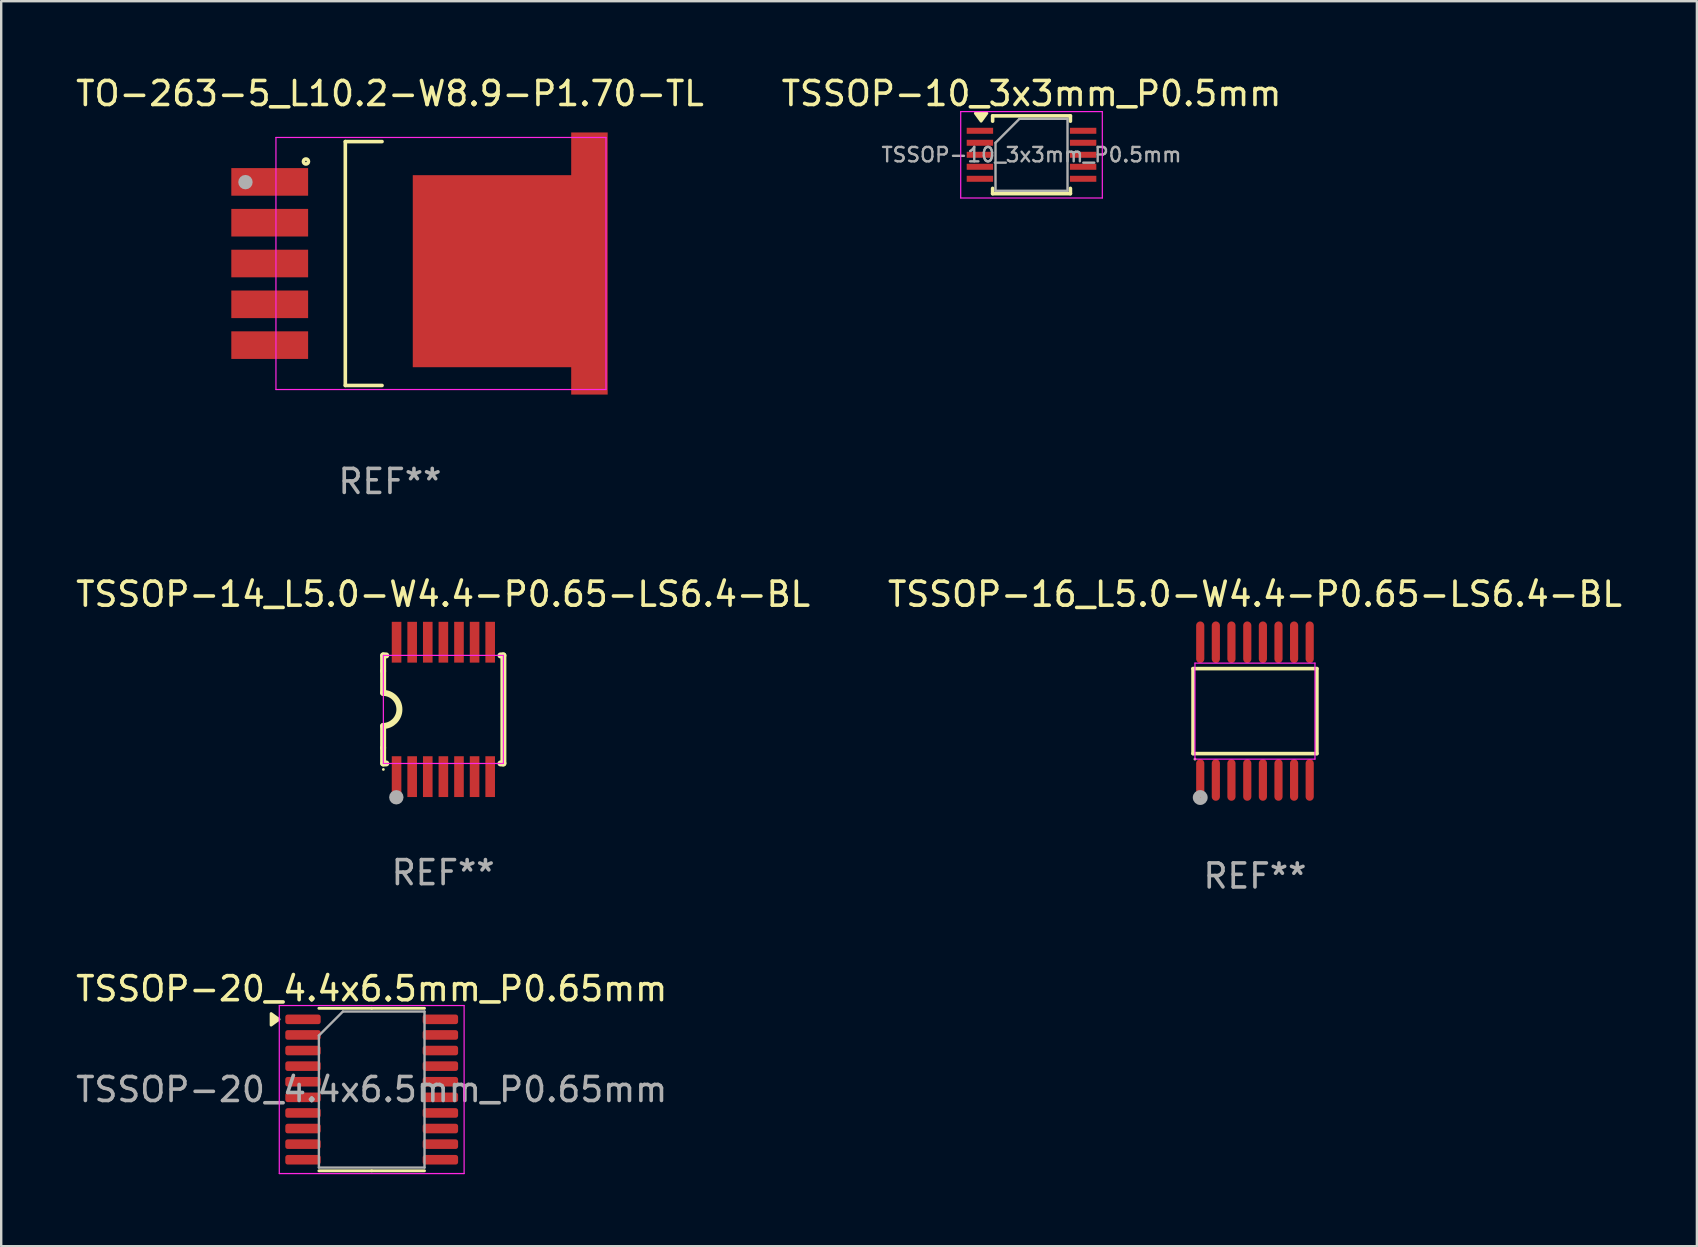
<source format=kicad_pcb>
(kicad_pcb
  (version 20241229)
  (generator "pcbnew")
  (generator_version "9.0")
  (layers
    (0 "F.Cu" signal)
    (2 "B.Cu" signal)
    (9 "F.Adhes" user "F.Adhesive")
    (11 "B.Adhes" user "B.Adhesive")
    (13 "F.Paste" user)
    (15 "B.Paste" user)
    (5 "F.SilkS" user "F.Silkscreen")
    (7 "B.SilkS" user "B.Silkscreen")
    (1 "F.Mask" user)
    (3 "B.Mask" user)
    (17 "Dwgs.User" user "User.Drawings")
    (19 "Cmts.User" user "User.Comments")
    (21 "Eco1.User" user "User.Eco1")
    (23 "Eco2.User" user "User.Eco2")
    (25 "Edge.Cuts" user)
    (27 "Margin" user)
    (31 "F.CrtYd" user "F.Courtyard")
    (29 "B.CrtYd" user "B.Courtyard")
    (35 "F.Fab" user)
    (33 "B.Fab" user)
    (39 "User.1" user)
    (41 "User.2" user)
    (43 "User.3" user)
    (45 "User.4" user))
  (footprint "TO-263-5_L10.2-W8.9-P1.70-TL"
    (layer "F.Cu")
    (at 13.196 7.928)
    (property "Reference" "TO-263-5_L10.2-W8.9-P1.70-TL" (at 0 -7.08 0) (layer "F.SilkS") (effects (font (size 1 1) (thickness 0.15))))
    (attr smd)
    (fp_line (start -1.86 -5.08) (end -0.33 -5.08) (stroke (width 0.15) (type solid)) (layer "F.SilkS"))
    (fp_line (start -1.86 5.08) (end -1.86 -5.08) (stroke (width 0.15) (type solid)) (layer "F.SilkS"))
    (fp_line (start -0.33 5.08) (end -1.86 5.08) (stroke (width 0.15) (type solid)) (layer "F.SilkS"))
    (fp_circle (center -3.5 -4.25) (end -3.47 -4.25) (stroke (width 0.15) (type solid)) (fill no) (layer "F.SilkS"))
    (fp_line (start -4.75 -5.25) (end 9 -5.25) (stroke (width 0.05) (type default)) (layer "F.CrtYd"))
    (fp_line (start -4.75 5.25) (end -4.75 -5.25) (stroke (width 0.05) (type default)) (layer "F.CrtYd"))
    (fp_line (start 9 -5.25) (end 9 5.25) (stroke (width 0.05) (type default)) (layer "F.CrtYd"))
    (fp_line (start 9 5.25) (end -4.75 5.25) (stroke (width 0.05) (type default)) (layer "F.CrtYd"))
    (fp_circle (center -6.02 -3.39) (end -5.87 -3.39) (stroke (width 0.3) (type solid)) (fill no) (layer "F.Fab"))
    (fp_text user "REF**" (at 0 9.08 0) (layer "F.Fab") (effects (font (size 1 1) (thickness 0.15))))
    (pad "1" smd rect (at -5.01 -3.4) (size 3.2 1.15) (layers "F.Cu" "F.Mask" "F.Paste"))
    (pad "2" smd rect (at -5.01 -1.7) (size 3.2 1.15) (layers "F.Cu" "F.Mask" "F.Paste"))
    (pad "3" smd rect (at -5.01 0) (size 3.2 1.15) (layers "F.Cu" "F.Mask" "F.Paste"))
    (pad "4" smd rect (at -5.01 1.7) (size 3.2 1.15) (layers "F.Cu" "F.Mask" "F.Paste"))
    (pad "5" smd rect (at -5.01 3.4) (size 3.2 1.15) (layers "F.Cu" "F.Mask" "F.Paste"))
    (pad "6" smd custom (at 5.01 0.32) (size 0.1 0.1) (layers "F.Cu" "F.Mask" "F.Paste") (options (anchor circle)) (primitives (gr_poly (pts (xy -4.06 -4) (xy 2.54 -4) (xy 2.54 -5.78) (xy 4.06 -5.78) (xy 4.06 5.14) (xy 2.54 5.14) (xy 2.54 4) (xy -4.06 4)) (width 0) (fill yes)))))
  (footprint "TSSOP-16_L5.0-W4.4-P0.65-LS6.4-BL"
    (layer "F.Cu")
    (at 49.232 26.575)
    (property "Reference" "TSSOP-16_L5.0-W4.4-P0.65-LS6.4-BL" (at 0 -4.87 0) (layer "F.SilkS") (effects (font (size 1 1) (thickness 0.15))))
    (attr smd)
    (fp_line (start -2.58 -1.77) (end 2.58 -1.77) (stroke (width 0.15) (type solid)) (layer "F.SilkS"))
    (fp_line (start -2.58 1.77) (end -2.58 -1.77) (stroke (width 0.15) (type solid)) (layer "F.SilkS"))
    (fp_line (start 2.58 -1.77) (end 2.58 1.77) (stroke (width 0.15) (type solid)) (layer "F.SilkS"))
    (fp_line (start 2.58 1.77) (end -2.58 1.77) (stroke (width 0.15) (type solid)) (layer "F.SilkS"))
    (fp_circle (center -2.5 2) (end -2.47 2) (stroke (width 0.06) (type solid)) (fill no) (layer "F.SilkS"))
    (fp_line (start -2.5 -2) (end -2.5 2) (stroke (width 0.05) (type default)) (layer "F.CrtYd"))
    (fp_line (start -2.5 2) (end 2.5 2) (stroke (width 0.05) (type default)) (layer "F.CrtYd"))
    (fp_line (start 2.5 -2) (end -2.5 -2) (stroke (width 0.05) (type default)) (layer "F.CrtYd"))
    (fp_line (start 2.5 2) (end 2.5 -2) (stroke (width 0.05) (type default)) (layer "F.CrtYd"))
    (fp_circle (center -2.28 3.6) (end -2.12 3.6) (stroke (width 0.3) (type solid)) (fill no) (layer "F.Fab"))
    (fp_text user "REF**" (at 0 6.87 0) (layer "F.Fab") (effects (font (size 1 1) (thickness 0.15))))
    (pad "1" smd oval (at -2.28 2.87) (size 0.34 1.73) (layers "F.Cu" "F.Mask" "F.Paste"))
    (pad "2" smd oval (at -1.63 2.87) (size 0.34 1.73) (layers "F.Cu" "F.Mask" "F.Paste"))
    (pad "3" smd oval (at -0.98 2.87) (size 0.34 1.73) (layers "F.Cu" "F.Mask" "F.Paste"))
    (pad "4" smd oval (at -0.32 2.87) (size 0.34 1.73) (layers "F.Cu" "F.Mask" "F.Paste"))
    (pad "5" smd oval (at 0.33 2.87) (size 0.34 1.73) (layers "F.Cu" "F.Mask" "F.Paste"))
    (pad "6" smd oval (at 0.98 2.87) (size 0.34 1.73) (layers "F.Cu" "F.Mask" "F.Paste"))
    (pad "7" smd oval (at 1.63 2.87) (size 0.34 1.73) (layers "F.Cu" "F.Mask" "F.Paste"))
    (pad "8" smd oval (at 2.28 2.87) (size 0.34 1.73) (layers "F.Cu" "F.Mask" "F.Paste"))
    (pad "9" smd oval (at 2.28 -2.87) (size 0.34 1.73) (layers "F.Cu" "F.Mask" "F.Paste"))
    (pad "10" smd oval (at 1.63 -2.87) (size 0.34 1.73) (layers "F.Cu" "F.Mask" "F.Paste"))
    (pad "11" smd oval (at 0.98 -2.87) (size 0.34 1.73) (layers "F.Cu" "F.Mask" "F.Paste"))
    (pad "12" smd oval (at 0.33 -2.87) (size 0.34 1.73) (layers "F.Cu" "F.Mask" "F.Paste"))
    (pad "13" smd oval (at -0.32 -2.87) (size 0.34 1.73) (layers "F.Cu" "F.Mask" "F.Paste"))
    (pad "14" smd oval (at -0.98 -2.87) (size 0.34 1.73) (layers "F.Cu" "F.Mask" "F.Paste"))
    (pad "15" smd oval (at -1.63 -2.87) (size 0.34 1.73) (layers "F.Cu" "F.Mask" "F.Paste"))
    (pad "16" smd oval (at -2.28 -2.87) (size 0.34 1.73) (layers "F.Cu" "F.Mask" "F.Paste")))
  (footprint "TSSOP-20_4.4x6.5mm_P0.65mm"
    (layer "F.Cu")
    (at 12.435 42.341)
    (property "Reference" "TSSOP-20_4.4x6.5mm_P0.65mm" (at 0 -4.2 0) (layer "F.SilkS") (effects (font (size 1 1) (thickness 0.15))))
    (attr smd)
    (fp_line (start 0 -3.385) (end -2.2 -3.385) (stroke (width 0.12) (type solid)) (layer "F.SilkS"))
    (fp_line (start 0 -3.385) (end 2.2 -3.385) (stroke (width 0.12) (type solid)) (layer "F.SilkS"))
    (fp_line (start 0 3.385) (end -2.2 3.385) (stroke (width 0.12) (type solid)) (layer "F.SilkS"))
    (fp_line (start 0 3.385) (end 2.2 3.385) (stroke (width 0.12) (type solid)) (layer "F.SilkS"))
    (fp_poly (pts (xy -3.86 -2.925) (xy -4.19 -3.165) (xy -4.19 -2.685) (xy -3.86 -2.925)) (stroke (width 0.12) (type solid)) (fill yes) (layer "F.SilkS"))
    (fp_line (start -3.85 -3.5) (end -3.85 3.5) (stroke (width 0.05) (type solid)) (layer "F.CrtYd"))
    (fp_line (start -3.85 3.5) (end 3.85 3.5) (stroke (width 0.05) (type solid)) (layer "F.CrtYd"))
    (fp_line (start 3.85 -3.5) (end -3.85 -3.5) (stroke (width 0.05) (type solid)) (layer "F.CrtYd"))
    (fp_line (start 3.85 3.5) (end 3.85 -3.5) (stroke (width 0.05) (type solid)) (layer "F.CrtYd"))
    (fp_line (start -2.2 -2.25) (end -1.2 -3.25) (stroke (width 0.1) (type solid)) (layer "F.Fab"))
    (fp_line (start -2.2 3.25) (end -2.2 -2.25) (stroke (width 0.1) (type solid)) (layer "F.Fab"))
    (fp_line (start -1.2 -3.25) (end 2.2 -3.25) (stroke (width 0.1) (type solid)) (layer "F.Fab"))
    (fp_line (start 2.2 -3.25) (end 2.2 3.25) (stroke (width 0.1) (type solid)) (layer "F.Fab"))
    (fp_line (start 2.2 3.25) (end -2.2 3.25) (stroke (width 0.1) (type solid)) (layer "F.Fab"))
    (fp_text user "${REFERENCE}" (at 0 0 0) (layer "F.Fab") (effects (font (size 1 1) (thickness 0.15))))
    (pad "1" smd roundrect (at -2.862 -2.925) (size 1.475 0.4) (layers "F.Cu" "F.Mask" "F.Paste") (roundrect_rratio 0.25))
    (pad "2" smd roundrect (at -2.862 -2.275) (size 1.475 0.4) (layers "F.Cu" "F.Mask" "F.Paste") (roundrect_rratio 0.25))
    (pad "3" smd roundrect (at -2.862 -1.625) (size 1.475 0.4) (layers "F.Cu" "F.Mask" "F.Paste") (roundrect_rratio 0.25))
    (pad "4" smd roundrect (at -2.862 -0.975) (size 1.475 0.4) (layers "F.Cu" "F.Mask" "F.Paste") (roundrect_rratio 0.25))
    (pad "5" smd roundrect (at -2.862 -0.325) (size 1.475 0.4) (layers "F.Cu" "F.Mask" "F.Paste") (roundrect_rratio 0.25))
    (pad "6" smd roundrect (at -2.862 0.325) (size 1.475 0.4) (layers "F.Cu" "F.Mask" "F.Paste") (roundrect_rratio 0.25))
    (pad "7" smd roundrect (at -2.862 0.975) (size 1.475 0.4) (layers "F.Cu" "F.Mask" "F.Paste") (roundrect_rratio 0.25))
    (pad "8" smd roundrect (at -2.862 1.625) (size 1.475 0.4) (layers "F.Cu" "F.Mask" "F.Paste") (roundrect_rratio 0.25))
    (pad "9" smd roundrect (at -2.862 2.275) (size 1.475 0.4) (layers "F.Cu" "F.Mask" "F.Paste") (roundrect_rratio 0.25))
    (pad "10" smd roundrect (at -2.862 2.925) (size 1.475 0.4) (layers "F.Cu" "F.Mask" "F.Paste") (roundrect_rratio 0.25))
    (pad "11" smd roundrect (at 2.862 2.925) (size 1.475 0.4) (layers "F.Cu" "F.Mask" "F.Paste") (roundrect_rratio 0.25))
    (pad "12" smd roundrect (at 2.862 2.275) (size 1.475 0.4) (layers "F.Cu" "F.Mask" "F.Paste") (roundrect_rratio 0.25))
    (pad "13" smd roundrect (at 2.862 1.625) (size 1.475 0.4) (layers "F.Cu" "F.Mask" "F.Paste") (roundrect_rratio 0.25))
    (pad "14" smd roundrect (at 2.862 0.975) (size 1.475 0.4) (layers "F.Cu" "F.Mask" "F.Paste") (roundrect_rratio 0.25))
    (pad "15" smd roundrect (at 2.862 0.325) (size 1.475 0.4) (layers "F.Cu" "F.Mask" "F.Paste") (roundrect_rratio 0.25))
    (pad "16" smd roundrect (at 2.862 -0.325) (size 1.475 0.4) (layers "F.Cu" "F.Mask" "F.Paste") (roundrect_rratio 0.25))
    (pad "17" smd roundrect (at 2.862 -0.975) (size 1.475 0.4) (layers "F.Cu" "F.Mask" "F.Paste") (roundrect_rratio 0.25))
    (pad "18" smd roundrect (at 2.862 -1.625) (size 1.475 0.4) (layers "F.Cu" "F.Mask" "F.Paste") (roundrect_rratio 0.25))
    (pad "19" smd roundrect (at 2.862 -2.275) (size 1.475 0.4) (layers "F.Cu" "F.Mask" "F.Paste") (roundrect_rratio 0.25))
    (pad "20" smd roundrect (at 2.862 -2.925) (size 1.475 0.4) (layers "F.Cu" "F.Mask" "F.Paste") (roundrect_rratio 0.25)))
  (footprint "TSSOP-10_3x3mm_P0.5mm"
    (layer "F.Cu")
    (at 39.923 3.398)
    (property "Reference" "TSSOP-10_3x3mm_P0.5mm" (at 0 -2.55 0) (layer "F.SilkS") (effects (font (size 1 1) (thickness 0.15))))
    (attr smd)
    (fp_line (start -1.62 -1.62) (end -1.62 -1.4) (stroke (width 0.15) (type solid)) (layer "F.SilkS"))
    (fp_line (start -1.62 -1.62) (end 1.62 -1.62) (stroke (width 0.15) (type solid)) (layer "F.SilkS"))
    (fp_line (start -1.62 1.62) (end -1.62 1.4) (stroke (width 0.15) (type solid)) (layer "F.SilkS"))
    (fp_line (start -1.62 1.62) (end 1.62 1.62) (stroke (width 0.15) (type solid)) (layer "F.SilkS"))
    (fp_line (start 1.62 -1.62) (end 1.62 -1.4) (stroke (width 0.15) (type solid)) (layer "F.SilkS"))
    (fp_line (start 1.62 1.62) (end 1.62 1.4) (stroke (width 0.15) (type solid)) (layer "F.SilkS"))
    (fp_poly (pts (xy -2.1 -1.4) (xy -2.34 -1.73) (xy -1.86 -1.73) (xy -2.1 -1.4)) (stroke (width 0.12) (type solid)) (fill yes) (layer "F.SilkS"))
    (fp_line (start -2.95 -1.8) (end -2.95 1.8) (stroke (width 0.05) (type solid)) (layer "F.CrtYd"))
    (fp_line (start -2.95 -1.8) (end 2.95 -1.8) (stroke (width 0.05) (type solid)) (layer "F.CrtYd"))
    (fp_line (start -2.95 1.8) (end 2.95 1.8) (stroke (width 0.05) (type solid)) (layer "F.CrtYd"))
    (fp_line (start 2.95 -1.8) (end 2.95 1.8) (stroke (width 0.05) (type solid)) (layer "F.CrtYd"))
    (fp_line (start -1.5 -0.5) (end -0.5 -1.5) (stroke (width 0.1) (type solid)) (layer "F.Fab"))
    (fp_line (start -1.5 1.5) (end -1.5 -0.5) (stroke (width 0.1) (type solid)) (layer "F.Fab"))
    (fp_line (start -0.5 -1.5) (end 1.5 -1.5) (stroke (width 0.1) (type solid)) (layer "F.Fab"))
    (fp_line (start 1.5 -1.5) (end 1.5 1.5) (stroke (width 0.1) (type solid)) (layer "F.Fab"))
    (fp_line (start 1.5 1.5) (end -1.5 1.5) (stroke (width 0.1) (type solid)) (layer "F.Fab"))
    (fp_text user "${REFERENCE}" (at 0 0 0) (layer "F.Fab") (effects (font (size 0.6 0.6) (thickness 0.1))))
    (pad "1" smd rect (at -2.15 -1) (size 1.1 0.25) (layers "F.Cu" "F.Mask" "F.Paste"))
    (pad "2" smd rect (at -2.15 -0.5) (size 1.1 0.25) (layers "F.Cu" "F.Mask" "F.Paste"))
    (pad "3" smd rect (at -2.15 0) (size 1.1 0.25) (layers "F.Cu" "F.Mask" "F.Paste"))
    (pad "4" smd rect (at -2.15 0.5) (size 1.1 0.25) (layers "F.Cu" "F.Mask" "F.Paste"))
    (pad "5" smd rect (at -2.15 1) (size 1.1 0.25) (layers "F.Cu" "F.Mask" "F.Paste"))
    (pad "6" smd rect (at 2.15 1) (size 1.1 0.25) (layers "F.Cu" "F.Mask" "F.Paste"))
    (pad "7" smd rect (at 2.15 0.5) (size 1.1 0.25) (layers "F.Cu" "F.Mask" "F.Paste"))
    (pad "8" smd rect (at 2.15 0) (size 1.1 0.25) (layers "F.Cu" "F.Mask" "F.Paste"))
    (pad "9" smd rect (at 2.15 -0.5) (size 1.1 0.25) (layers "F.Cu" "F.Mask" "F.Paste"))
    (pad "10" smd rect (at 2.15 -1) (size 1.1 0.25) (layers "F.Cu" "F.Mask" "F.Paste")))
  (footprint "TSSOP-14_L5.0-W4.4-P0.65-LS6.4-BL"
    (layer "F.Cu")
    (at 15.421 26.505)
    (property "Reference" "TSSOP-14_L5.0-W4.4-P0.65-LS6.4-BL" (at -0.01 -4.8 0) (layer "F.SilkS") (effects (font (size 1 1) (thickness 0.15))))
    (attr smd)
    (fp_line (start -2.51 -1.6) (end -2.51 -2.25) (stroke (width 0.25) (type solid)) (layer "F.SilkS"))
    (fp_line (start -2.51 -0.69) (end -2.51 -1.6) (stroke (width 0.25) (type solid)) (layer "F.SilkS"))
    (fp_line (start -2.51 1.6) (end -2.51 0.69) (stroke (width 0.25) (type solid)) (layer "F.SilkS"))
    (fp_line (start -2.51 1.6) (end -2.51 2.25) (stroke (width 0.25) (type solid)) (layer "F.SilkS"))
    (fp_line (start -2.5 -2.25) (end -2.38 -2.25) (stroke (width 0.25) (type solid)) (layer "F.SilkS"))
    (fp_line (start -2.38 2.25) (end -2.5 2.25) (stroke (width 0.25) (type solid)) (layer "F.SilkS"))
    (fp_line (start 2.38 -2.25) (end 2.5 -2.25) (stroke (width 0.25) (type solid)) (layer "F.SilkS"))
    (fp_line (start 2.5 -2.25) (end 2.5 2.25) (stroke (width 0.25) (type solid)) (layer "F.SilkS"))
    (fp_line (start 2.5 2.25) (end 2.38 2.25) (stroke (width 0.25) (type solid)) (layer "F.SilkS"))
    (fp_arc (start -2.51 -0.69) (mid -1.83 0) (end -2.51 0.69) (stroke (width 0.25) (type solid)) (layer "F.SilkS"))
    (fp_circle (center -2.5 2.5) (end -2.47 2.5) (stroke (width 0.06) (type solid)) (fill no) (layer "F.SilkS"))
    (fp_line (start -2.5 -2.25) (end 2.5 -2.25) (stroke (width 0.05) (type default)) (layer "F.CrtYd"))
    (fp_line (start -2.5 2.25) (end -2.5 -2.25) (stroke (width 0.05) (type default)) (layer "F.CrtYd"))
    (fp_line (start 2.5 -2.25) (end 2.5 2.25) (stroke (width 0.05) (type default)) (layer "F.CrtYd"))
    (fp_line (start 2.5 2.25) (end -2.5 2.25) (stroke (width 0.05) (type default)) (layer "F.CrtYd"))
    (fp_circle (center -1.96 3.66) (end -1.81 3.66) (stroke (width 0.3) (type solid)) (fill no) (layer "F.Fab"))
    (fp_text user "REF**" (at -0.01 6.8 0) (layer "F.Fab") (effects (font (size 1 1) (thickness 0.15))))
    (pad "1" smd rect (at -1.95 2.8) (size 0.4 1.7) (layers "F.Cu" "F.Mask" "F.Paste"))
    (pad "2" smd rect (at -1.3 2.8) (size 0.4 1.7) (layers "F.Cu" "F.Mask" "F.Paste"))
    (pad "3" smd rect (at -0.65 2.8) (size 0.4 1.7) (layers "F.Cu" "F.Mask" "F.Paste"))
    (pad "4" smd rect (at 0 2.8) (size 0.4 1.7) (layers "F.Cu" "F.Mask" "F.Paste"))
    (pad "5" smd rect (at 0.65 2.8) (size 0.4 1.7) (layers "F.Cu" "F.Mask" "F.Paste"))
    (pad "6" smd rect (at 1.3 2.8) (size 0.4 1.7) (layers "F.Cu" "F.Mask" "F.Paste"))
    (pad "7" smd rect (at 1.95 2.8) (size 0.4 1.7) (layers "F.Cu" "F.Mask" "F.Paste"))
    (pad "8" smd rect (at 1.95 -2.8) (size 0.4 1.7) (layers "F.Cu" "F.Mask" "F.Paste"))
    (pad "9" smd rect (at 1.3 -2.8) (size 0.4 1.7) (layers "F.Cu" "F.Mask" "F.Paste"))
    (pad "10" smd rect (at 0.65 -2.8) (size 0.4 1.7) (layers "F.Cu" "F.Mask" "F.Paste"))
    (pad "11" smd rect (at 0 -2.8) (size 0.4 1.7) (layers "F.Cu" "F.Mask" "F.Paste"))
    (pad "12" smd rect (at -0.65 -2.8) (size 0.4 1.7) (layers "F.Cu" "F.Mask" "F.Paste"))
    (pad "13" smd rect (at -1.3 -2.8) (size 0.4 1.7) (layers "F.Cu" "F.Mask" "F.Paste"))
    (pad "14" smd rect (at -1.95 -2.8) (size 0.4 1.7) (layers "F.Cu" "F.Mask" "F.Paste")))
  (gr_rect
    (start -3 -3)
    (end 67.643 48.866)
    (stroke (width 0.1) (type default))
    (fill no)
    (layer "Edge.Cuts")))
</source>
